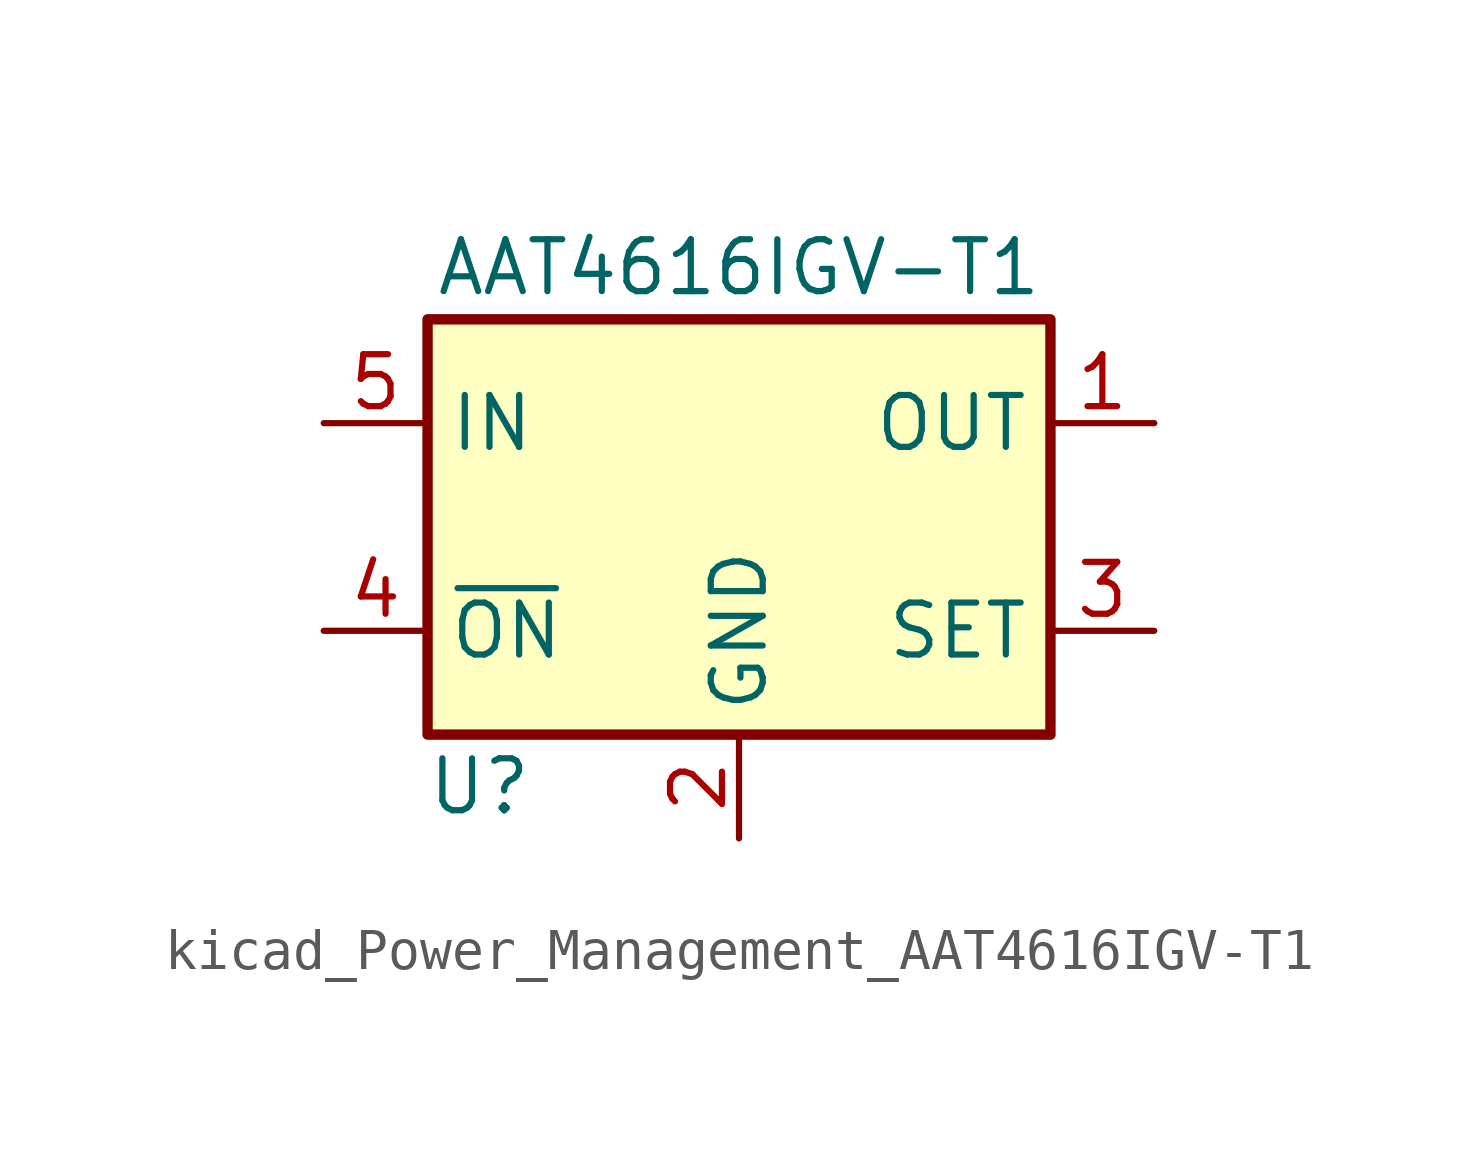
<source format=kicad_sym>
(kicad_symbol_lib
  (version 20220914)
  (generator kicad_symbol_editor)
  (symbol "kicad_Power_Management_AAT4616IGV-T1"
    (property "Reference" "U"
      (at -6.35 -6.35 0)
      (effects (font (size 1.27 1.27))))
    (property "Value" "AAT4616IGV-T1"
      (at 0 6.35 0)
      (effects (font (size 1.27 1.27))))
    (symbol "kicad_Power_Management_AAT4616IGV-T1_0_1"
      (rectangle (start -7.62 5.08) (end 7.62 -5.08) (stroke (width 0.254) (type default)) (fill (type background))))
    (symbol "kicad_Power_Management_AAT4616IGV-T1_1_1"
      (pin power_out line (at 10.16 2.54 180) (length 2.54) (name "OUT" (effects (font (size 1.27 1.27)))) (number "1" (effects (font (size 1.27 1.27)))))
      (pin power_in line (at 0 -7.62 90) (length 2.54) (name "GND" (effects (font (size 1.27 1.27)))) (number "2" (effects (font (size 1.27 1.27)))))
      (pin passive line (at 10.16 -2.54 180) (length 2.54) (name "SET" (effects (font (size 1.27 1.27)))) (number "3" (effects (font (size 1.27 1.27)))))
      (pin input line (at -10.16 -2.54 0) (length 2.54) (name "~{ON}" (effects (font (size 1.27 1.27)))) (number "4" (effects (font (size 1.27 1.27)))))
      (pin power_in line (at -10.16 2.54 0) (length 2.54) (name "IN" (effects (font (size 1.27 1.27)))) (number "5" (effects (font (size 1.27 1.27))))))))
</source>
